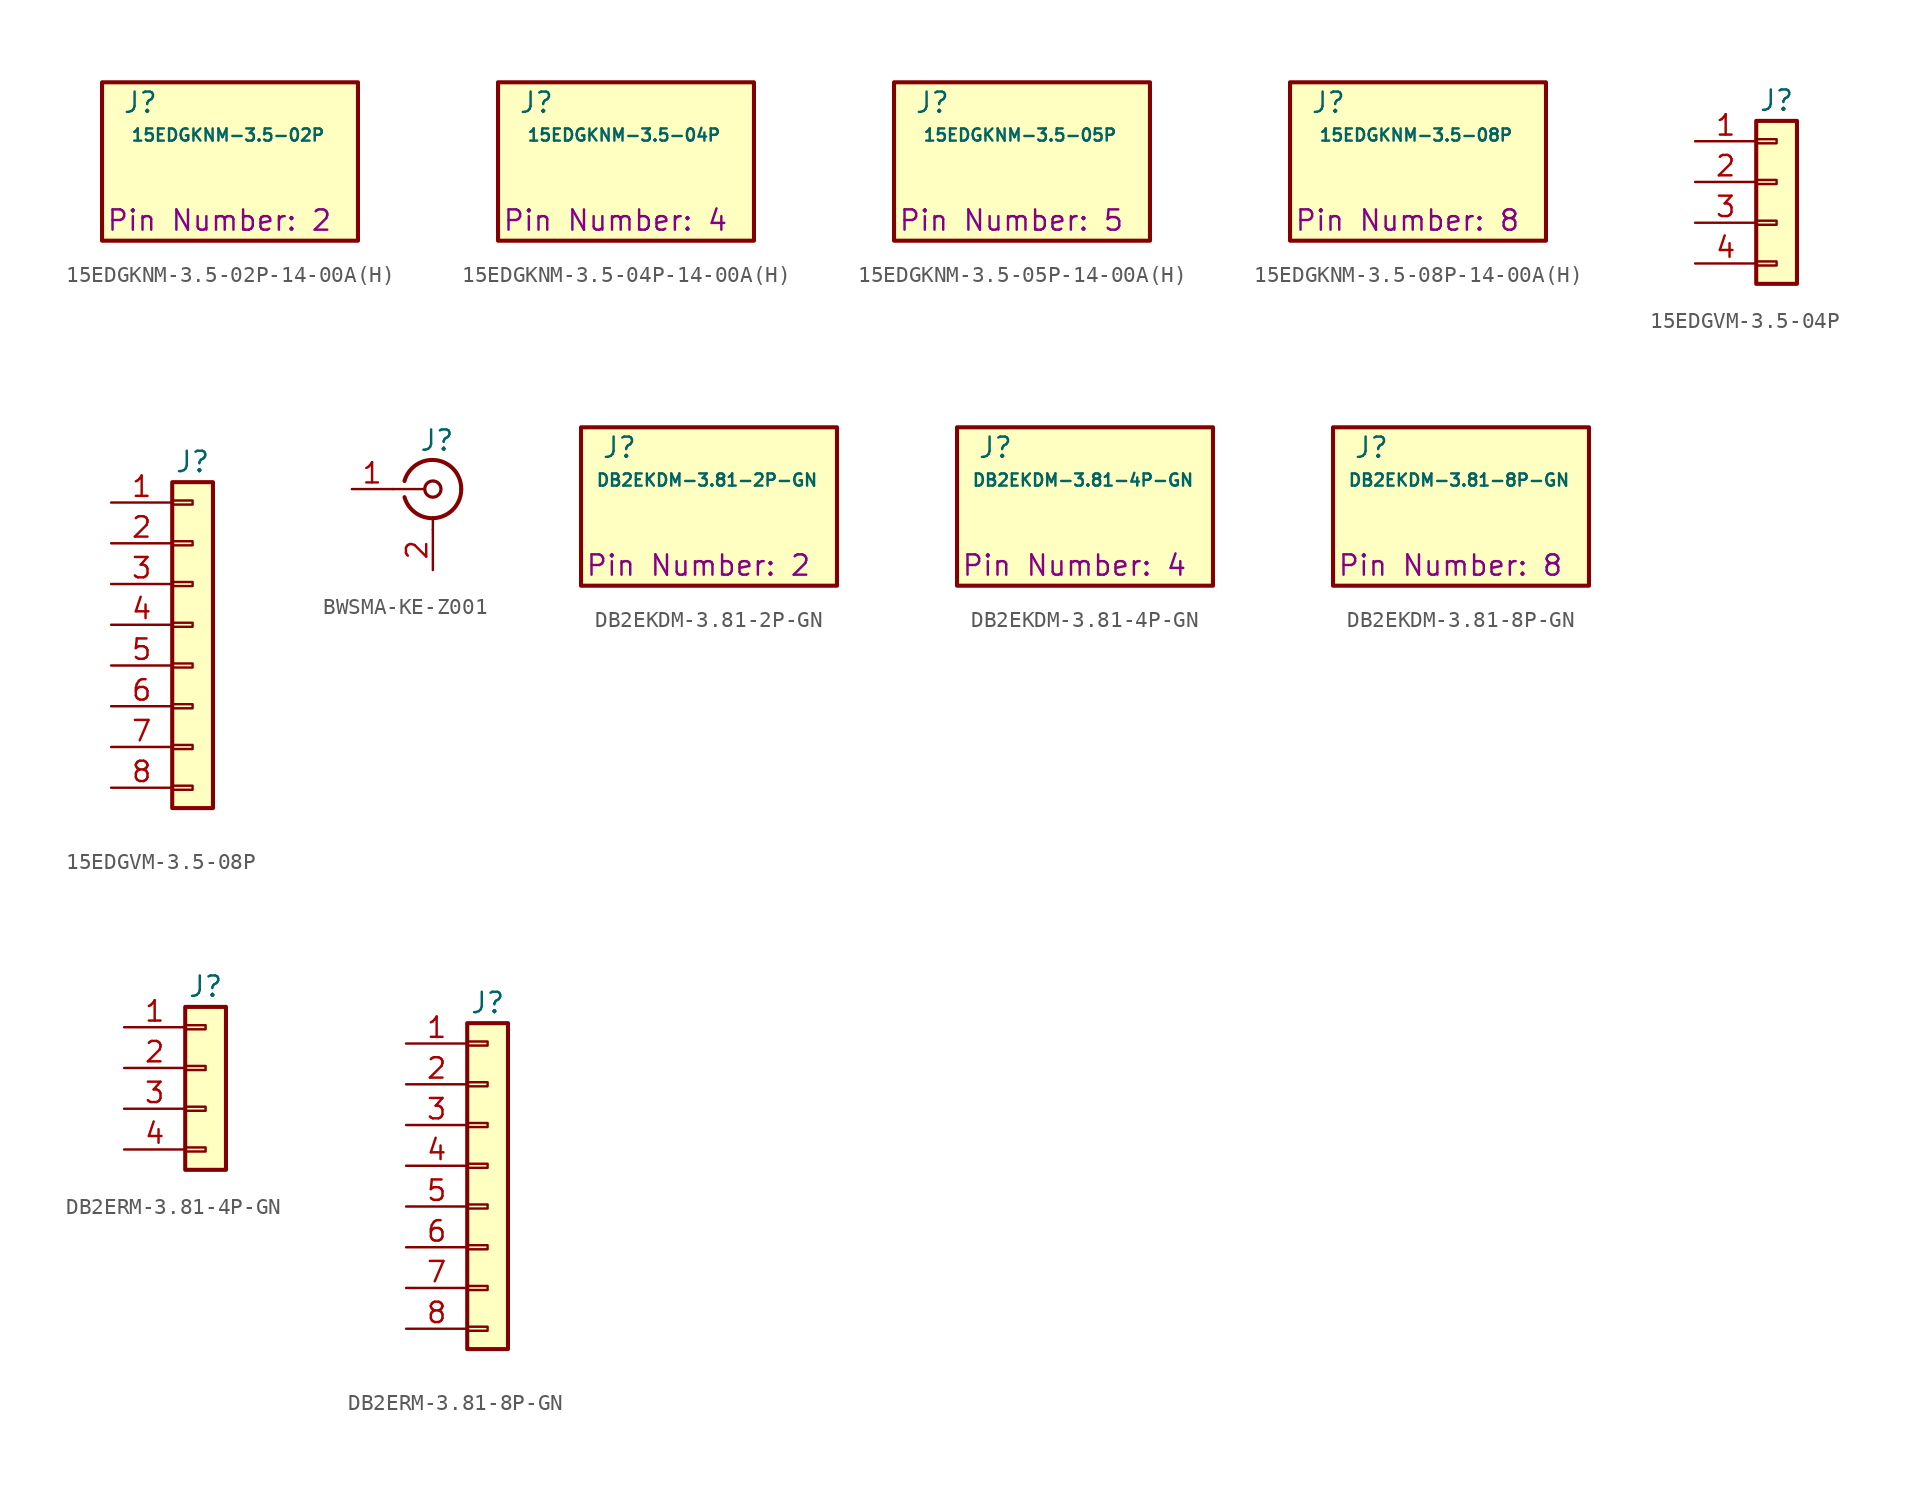
<source format=kicad_sym>
(kicad_symbol_lib
  (version 20211014)
  (symbol "15EDGKNM-3.5-02P-14-00A(H)"
    (pin_numbers
      (hide yes))
    (pin_names
      (offset 1.016)
      (hide yes))
    (property "Reference" "J"
      (at -6.35 3.81 0)
      (effects (font (size 1.27 1.27)) (justify left)))
    (property "Value" "15EDGKNM-3.5-02P"
      (at 0.254 1.778 0)
      (effects (font (size 0.762 0.762))))
    (property "Pin Number" "2"
      (at -7.366 -3.556 0)
      (show_name yes)
      (effects (font (size 1.27 1.27)) (justify left)))
    (symbol "15EDGKNM-3.5-02P-14-00A(H)_0_1"
      (rectangle (start -7.62 5.08) (end 8.382 -4.826) (stroke (width 0.254) (type default)) (fill (type background)))))
  (symbol "15EDGKNM-3.5-04P-14-00A(H)"
    (pin_numbers
      (hide yes))
    (pin_names
      (offset 1.016)
      (hide yes))
    (property "Reference" "J"
      (at -6.35 3.81 0)
      (effects (font (size 1.27 1.27)) (justify left)))
    (property "Value" "15EDGKNM-3.5-04P"
      (at 0.254 1.778 0)
      (effects (font (size 0.762 0.762))))
    (property "Pin Number" "4"
      (at -7.366 -3.556 0)
      (show_name yes)
      (effects (font (size 1.27 1.27)) (justify left)))
    (symbol "15EDGKNM-3.5-04P-14-00A(H)_0_1"
      (rectangle (start -7.62 5.08) (end 8.382 -4.826) (stroke (width 0.254) (type default)) (fill (type background)))))
  (symbol "15EDGKNM-3.5-05P-14-00A(H)"
    (pin_numbers
      (hide yes))
    (pin_names
      (offset 1.016)
      (hide yes))
    (property "Reference" "J"
      (at -6.35 3.81 0)
      (effects (font (size 1.27 1.27)) (justify left)))
    (property "Value" "15EDGKNM-3.5-05P"
      (at 0.254 1.778 0)
      (effects (font (size 0.762 0.762))))
    (property "Pin Number" "5"
      (at -7.366 -3.556 0)
      (show_name yes)
      (effects (font (size 1.27 1.27)) (justify left)))
    (symbol "15EDGKNM-3.5-05P-14-00A(H)_0_1"
      (rectangle (start -7.62 5.08) (end 8.382 -4.826) (stroke (width 0.254) (type default)) (fill (type background)))))
  (symbol "15EDGKNM-3.5-08P-14-00A(H)"
    (pin_numbers
      (hide yes))
    (pin_names
      (offset 1.016)
      (hide yes))
    (property "Reference" "J"
      (at -6.35 3.81 0)
      (effects (font (size 1.27 1.27)) (justify left)))
    (property "Value" "15EDGKNM-3.5-08P"
      (at 0.254 1.778 0)
      (effects (font (size 0.762 0.762))))
    (property "Pin Number" "8"
      (at -7.366 -3.556 0)
      (show_name yes)
      (effects (font (size 1.27 1.27)) (justify left)))
    (symbol "15EDGKNM-3.5-08P-14-00A(H)_0_1"
      (rectangle (start -7.62 5.08) (end 8.382 -4.826) (stroke (width 0.254) (type default)) (fill (type background)))))
  (symbol "15EDGVM-3.5-04P"
    (pin_names
      (offset 0)
      (hide yes))
    (property "Reference" "J"
      (at 0 5.08 0)
      (effects (font (size 1.27 1.27))))
    (symbol "15EDGVM-3.5-04P_1_1"
      (rectangle (start -1.27 3.81) (end 1.27 -6.35) (stroke (width 0.254) (type default)) (fill (type background)))
      (rectangle (start -1.27 2.667) (end 0 2.413) (stroke (width 0.152) (type default)) (fill (type none)))
      (rectangle (start -1.27 0.127) (end 0 -0.127) (stroke (width 0.152) (type default)) (fill (type none)))
      (rectangle (start -1.27 -2.413) (end 0 -2.667) (stroke (width 0.152) (type default)) (fill (type none)))
      (rectangle (start -1.27 -4.953) (end 0 -5.207) (stroke (width 0.152) (type default)) (fill (type none)))
      (pin passive line (at -5.08 2.54 0) (length 3.81) (name "Pin_1" (effects (font (size 1.27 1.27)))) (number "1" (effects (font (size 1.27 1.27)))))
      (pin passive line (at -5.08 0 0) (length 3.81) (name "Pin_2" (effects (font (size 1.27 1.27)))) (number "2" (effects (font (size 1.27 1.27)))))
      (pin passive line (at -5.08 -2.54 0) (length 3.81) (name "Pin_3" (effects (font (size 1.27 1.27)))) (number "3" (effects (font (size 1.27 1.27)))))
      (pin passive line (at -5.08 -5.08 0) (length 3.81) (name "Pin_4" (effects (font (size 1.27 1.27)))) (number "4" (effects (font (size 1.27 1.27)))))))
  (symbol "15EDGVM-3.5-08P"
    (pin_names
      (offset 1.016)
      (hide yes))
    (property "Reference" "J"
      (at 0 10.16 0)
      (effects (font (size 1.27 1.27))))
    (symbol "15EDGVM-3.5-08P_1_1"
      (rectangle (start -1.27 8.89) (end 1.27 -11.43) (stroke (width 0.254) (type default)) (fill (type background)))
      (rectangle (start -1.27 7.747) (end 0 7.493) (stroke (width 0.152) (type default)) (fill (type none)))
      (rectangle (start -1.27 5.207) (end 0 4.953) (stroke (width 0.152) (type default)) (fill (type none)))
      (rectangle (start -1.27 2.667) (end 0 2.413) (stroke (width 0.152) (type default)) (fill (type none)))
      (rectangle (start -1.27 0.127) (end 0 -0.127) (stroke (width 0.152) (type default)) (fill (type none)))
      (rectangle (start -1.27 -2.413) (end 0 -2.667) (stroke (width 0.152) (type default)) (fill (type none)))
      (rectangle (start -1.27 -4.953) (end 0 -5.207) (stroke (width 0.152) (type default)) (fill (type none)))
      (rectangle (start -1.27 -7.493) (end 0 -7.747) (stroke (width 0.152) (type default)) (fill (type none)))
      (rectangle (start -1.27 -10.033) (end 0 -10.287) (stroke (width 0.152) (type default)) (fill (type none)))
      (pin passive line (at -5.08 7.62 0) (length 3.81) (name "Pin_1" (effects (font (size 1.27 1.27)))) (number "1" (effects (font (size 1.27 1.27)))))
      (pin passive line (at -5.08 5.08 0) (length 3.81) (name "Pin_2" (effects (font (size 1.27 1.27)))) (number "2" (effects (font (size 1.27 1.27)))))
      (pin passive line (at -5.08 2.54 0) (length 3.81) (name "Pin_3" (effects (font (size 1.27 1.27)))) (number "3" (effects (font (size 1.27 1.27)))))
      (pin passive line (at -5.08 0 0) (length 3.81) (name "Pin_4" (effects (font (size 1.27 1.27)))) (number "4" (effects (font (size 1.27 1.27)))))
      (pin passive line (at -5.08 -2.54 0) (length 3.81) (name "Pin_5" (effects (font (size 1.27 1.27)))) (number "5" (effects (font (size 1.27 1.27)))))
      (pin passive line (at -5.08 -5.08 0) (length 3.81) (name "Pin_6" (effects (font (size 1.27 1.27)))) (number "6" (effects (font (size 1.27 1.27)))))
      (pin passive line (at -5.08 -7.62 0) (length 3.81) (name "Pin_7" (effects (font (size 1.27 1.27)))) (number "7" (effects (font (size 1.27 1.27)))))
      (pin passive line (at -5.08 -10.16 0) (length 3.81) (name "Pin_8" (effects (font (size 1.27 1.27)))) (number "8" (effects (font (size 1.27 1.27)))))))
  (symbol "BWSMA-KE-Z001"
    (pin_names
      (offset 1.016)
      (hide yes))
    (property "Reference" "J"
      (at 0.254 3.048 0)
      (effects (font (size 1.27 1.27))))
    (symbol "BWSMA-KE-Z001_0_1"
      (polyline (pts (xy -2.54 0) (xy -0.508 0)) (stroke (width 0) (type default)) (fill (type none)))
      (arc (start 1.778 0) (mid 0.222 -1.8079) (end -1.778 -0.508) (stroke (width 0.254) (type default)) (fill (type none)))
      (arc (start -1.778 0.508) (mid 0.2221 1.8084) (end 1.778 0) (stroke (width 0.254) (type default)) (fill (type none)))
      (circle (center 0 0) (radius 0.508) (stroke (width 0.203) (type default)) (fill (type none)))
      (polyline (pts (xy 0 -2.54) (xy 0 -1.778)) (stroke (width 0) (type default)) (fill (type none))))
    (symbol "BWSMA-KE-Z001_1_1"
      (pin passive line (at -5.08 0 0) (length 2.54) (name "In" (effects (font (size 1.27 1.27)))) (number "1" (effects (font (size 1.27 1.27)))))
      (pin passive line (at 0 -5.08 90) (length 2.54) (name "Ext" (effects (font (size 1.27 1.27)))) (number "2" (effects (font (size 1.27 1.27)))))))
  (symbol "DB2EKDM-3.81-2P-GN"
    (pin_numbers
      (hide yes))
    (pin_names
      (offset 1.016)
      (hide yes))
    (property "Reference" "J"
      (at -6.35 3.81 0)
      (effects (font (size 1.27 1.27)) (justify left)))
    (property "Value" "DB2EKDM-3.81-2P-GN"
      (at 0.254 1.778 0)
      (effects (font (size 0.762 0.762))))
    (property "Pin Number" "2"
      (at -7.366 -3.556 0)
      (show_name yes)
      (effects (font (size 1.27 1.27)) (justify left)))
    (symbol "DB2EKDM-3.81-2P-GN_0_1"
      (rectangle (start -7.62 5.08) (end 8.382 -4.826) (stroke (width 0.254) (type default)) (fill (type background)))))
  (symbol "DB2EKDM-3.81-4P-GN"
    (pin_numbers
      (hide yes))
    (pin_names
      (offset 1.016)
      (hide yes))
    (property "Reference" "J"
      (at -6.35 3.81 0)
      (effects (font (size 1.27 1.27)) (justify left)))
    (property "Value" "DB2EKDM-3.81-4P-GN"
      (at 0.254 1.778 0)
      (effects (font (size 0.762 0.762))))
    (property "Pin Number" "4"
      (at -7.366 -3.556 0)
      (show_name yes)
      (effects (font (size 1.27 1.27)) (justify left)))
    (symbol "DB2EKDM-3.81-4P-GN_0_1"
      (rectangle (start -7.62 5.08) (end 8.382 -4.826) (stroke (width 0.254) (type default)) (fill (type background)))))
  (symbol "DB2EKDM-3.81-8P-GN"
    (pin_numbers
      (hide yes))
    (pin_names
      (offset 1.016)
      (hide yes))
    (property "Reference" "J"
      (at -6.35 3.81 0)
      (effects (font (size 1.27 1.27)) (justify left)))
    (property "Value" "DB2EKDM-3.81-8P-GN"
      (at 0.254 1.778 0)
      (effects (font (size 0.762 0.762))))
    (property "Pin Number" "8"
      (at -7.366 -3.556 0)
      (show_name yes)
      (effects (font (size 1.27 1.27)) (justify left)))
    (symbol "DB2EKDM-3.81-8P-GN_0_1"
      (rectangle (start -7.62 5.08) (end 8.382 -4.826) (stroke (width 0.254) (type default)) (fill (type background)))))
  (symbol "DB2ERM-3.81-4P-GN"
    (pin_names
      (offset 0)
      (hide yes))
    (property "Reference" "J"
      (at 0 5.08 0)
      (effects (font (size 1.27 1.27))))
    (symbol "DB2ERM-3.81-4P-GN_1_1"
      (rectangle (start -1.27 3.81) (end 1.27 -6.35) (stroke (width 0.254) (type default)) (fill (type background)))
      (rectangle (start -1.27 2.667) (end 0 2.413) (stroke (width 0.152) (type default)) (fill (type none)))
      (rectangle (start -1.27 0.127) (end 0 -0.127) (stroke (width 0.152) (type default)) (fill (type none)))
      (rectangle (start -1.27 -2.413) (end 0 -2.667) (stroke (width 0.152) (type default)) (fill (type none)))
      (rectangle (start -1.27 -4.953) (end 0 -5.207) (stroke (width 0.152) (type default)) (fill (type none)))
      (pin passive line (at -5.08 2.54 0) (length 3.81) (name "Pin_1" (effects (font (size 1.27 1.27)))) (number "1" (effects (font (size 1.27 1.27)))))
      (pin passive line (at -5.08 0 0) (length 3.81) (name "Pin_2" (effects (font (size 1.27 1.27)))) (number "2" (effects (font (size 1.27 1.27)))))
      (pin passive line (at -5.08 -2.54 0) (length 3.81) (name "Pin_3" (effects (font (size 1.27 1.27)))) (number "3" (effects (font (size 1.27 1.27)))))
      (pin passive line (at -5.08 -5.08 0) (length 3.81) (name "Pin_4" (effects (font (size 1.27 1.27)))) (number "4" (effects (font (size 1.27 1.27)))))))
  (symbol "DB2ERM-3.81-8P-GN"
    (pin_names
      (offset 1.016)
      (hide yes))
    (property "Reference" "J"
      (at 0 10.16 0)
      (effects (font (size 1.27 1.27))))
    (symbol "DB2ERM-3.81-8P-GN_1_1"
      (rectangle (start -1.27 8.89) (end 1.27 -11.43) (stroke (width 0.254) (type default)) (fill (type background)))
      (rectangle (start -1.27 7.747) (end 0 7.493) (stroke (width 0.152) (type default)) (fill (type none)))
      (rectangle (start -1.27 5.207) (end 0 4.953) (stroke (width 0.152) (type default)) (fill (type none)))
      (rectangle (start -1.27 2.667) (end 0 2.413) (stroke (width 0.152) (type default)) (fill (type none)))
      (rectangle (start -1.27 0.127) (end 0 -0.127) (stroke (width 0.152) (type default)) (fill (type none)))
      (rectangle (start -1.27 -2.413) (end 0 -2.667) (stroke (width 0.152) (type default)) (fill (type none)))
      (rectangle (start -1.27 -4.953) (end 0 -5.207) (stroke (width 0.152) (type default)) (fill (type none)))
      (rectangle (start -1.27 -7.493) (end 0 -7.747) (stroke (width 0.152) (type default)) (fill (type none)))
      (rectangle (start -1.27 -10.033) (end 0 -10.287) (stroke (width 0.152) (type default)) (fill (type none)))
      (pin passive line (at -5.08 7.62 0) (length 3.81) (name "Pin_1" (effects (font (size 1.27 1.27)))) (number "1" (effects (font (size 1.27 1.27)))))
      (pin passive line (at -5.08 5.08 0) (length 3.81) (name "Pin_2" (effects (font (size 1.27 1.27)))) (number "2" (effects (font (size 1.27 1.27)))))
      (pin passive line (at -5.08 2.54 0) (length 3.81) (name "Pin_3" (effects (font (size 1.27 1.27)))) (number "3" (effects (font (size 1.27 1.27)))))
      (pin passive line (at -5.08 0 0) (length 3.81) (name "Pin_4" (effects (font (size 1.27 1.27)))) (number "4" (effects (font (size 1.27 1.27)))))
      (pin passive line (at -5.08 -2.54 0) (length 3.81) (name "Pin_5" (effects (font (size 1.27 1.27)))) (number "5" (effects (font (size 1.27 1.27)))))
      (pin passive line (at -5.08 -5.08 0) (length 3.81) (name "Pin_6" (effects (font (size 1.27 1.27)))) (number "6" (effects (font (size 1.27 1.27)))))
      (pin passive line (at -5.08 -7.62 0) (length 3.81) (name "Pin_7" (effects (font (size 1.27 1.27)))) (number "7" (effects (font (size 1.27 1.27)))))
      (pin passive line (at -5.08 -10.16 0) (length 3.81) (name "Pin_8" (effects (font (size 1.27 1.27)))) (number "8" (effects (font (size 1.27 1.27))))))))
</source>
